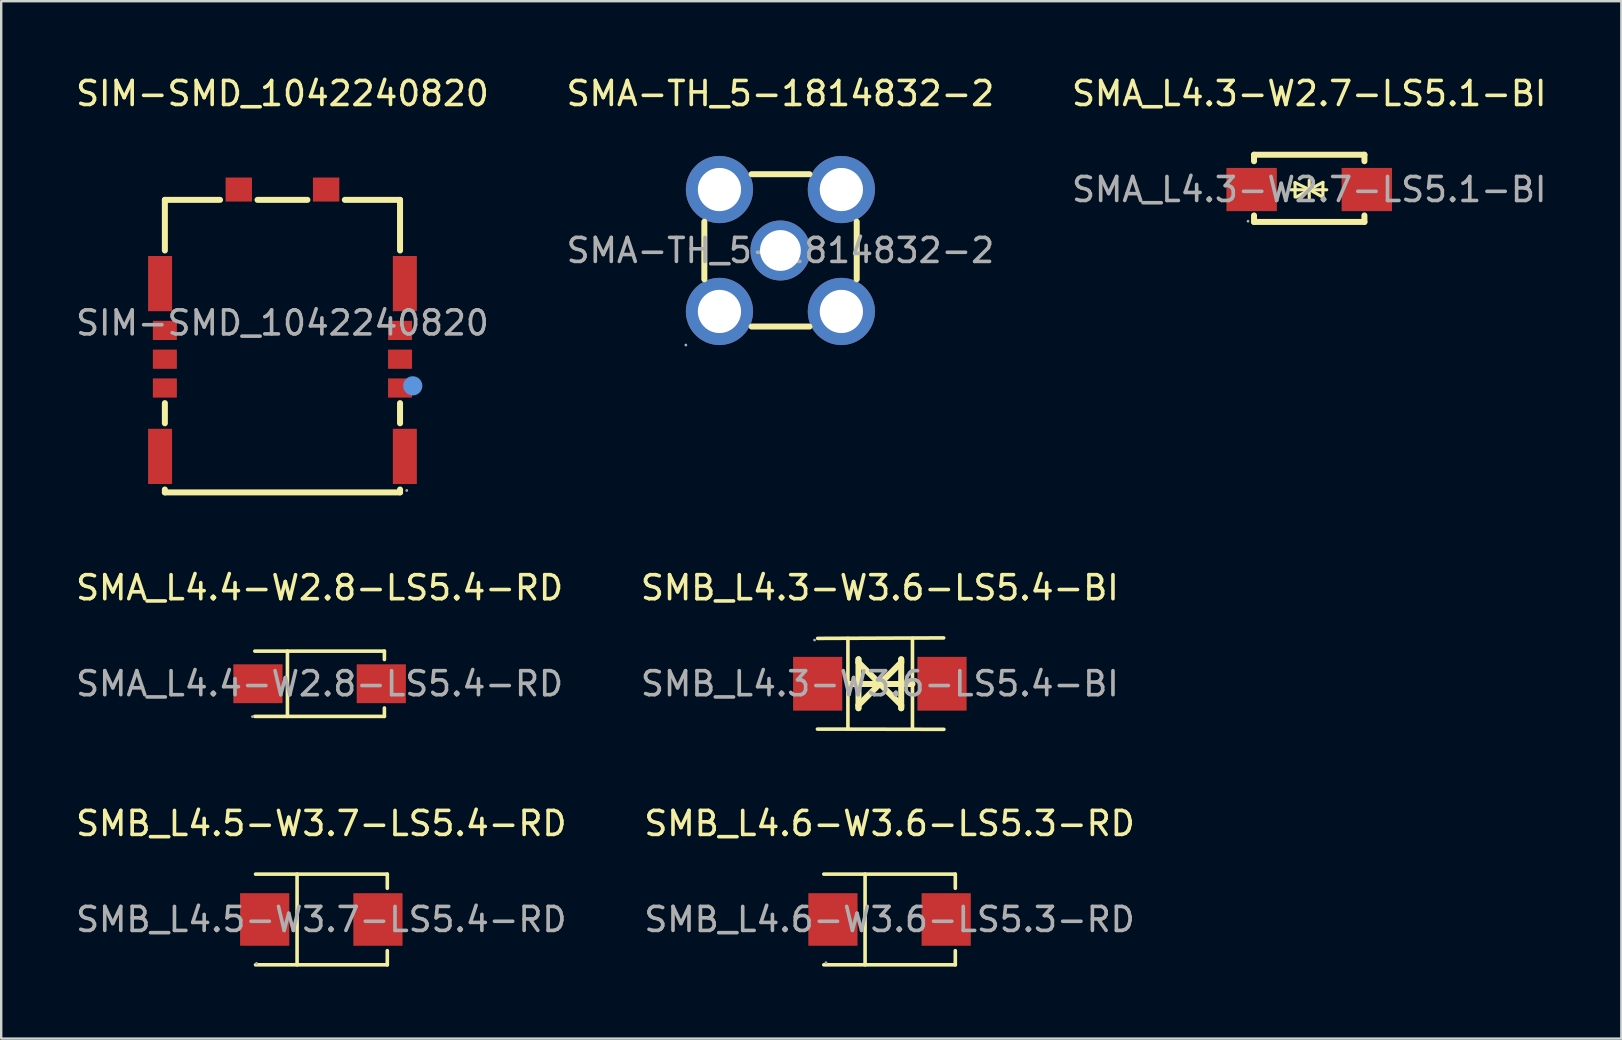
<source format=kicad_pcb>
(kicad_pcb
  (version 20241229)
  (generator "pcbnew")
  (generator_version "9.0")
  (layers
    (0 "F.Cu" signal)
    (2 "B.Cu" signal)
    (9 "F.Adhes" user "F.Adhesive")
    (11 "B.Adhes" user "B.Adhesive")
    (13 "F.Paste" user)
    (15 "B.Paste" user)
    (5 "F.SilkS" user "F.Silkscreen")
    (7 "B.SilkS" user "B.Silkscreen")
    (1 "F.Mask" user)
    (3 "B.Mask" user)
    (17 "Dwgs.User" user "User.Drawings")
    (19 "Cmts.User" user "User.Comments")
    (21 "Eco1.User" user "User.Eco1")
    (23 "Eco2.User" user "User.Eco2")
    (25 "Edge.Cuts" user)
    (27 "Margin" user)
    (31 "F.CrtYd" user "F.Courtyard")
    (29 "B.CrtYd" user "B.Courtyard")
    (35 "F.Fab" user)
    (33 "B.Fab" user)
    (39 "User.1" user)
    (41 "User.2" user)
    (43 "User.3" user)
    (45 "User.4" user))
  (footprint "SMA_L4.4-W2.8-LS5.4-RD"
    (layer "F.Cu")
    (at 10.268 25.442)
    (property "Reference" "SMA_L4.4-W2.8-LS5.4-RD" (at 0 -4 0) (layer "F.SilkS") (effects (font (size 1 1) (thickness 0.15))))
    (attr smd)
    (fp_line (start -2.7 -1.36) (end 2.7 -1.36) (stroke (width 0.15) (type solid)) (layer "F.SilkS"))
    (fp_line (start -2.7 1.36) (end 2.7 1.36) (stroke (width 0.15) (type solid)) (layer "F.SilkS"))
    (fp_line (start -1.34 -1.36) (end -1.34 1.36) (stroke (width 0.15) (type solid)) (layer "F.SilkS"))
    (fp_line (start 2.7 -1.36) (end 2.7 -1.01) (stroke (width 0.15) (type solid)) (layer "F.SilkS"))
    (fp_line (start 2.7 1.36) (end 2.7 1.01) (stroke (width 0.15) (type solid)) (layer "F.SilkS"))
    (fp_circle (center -2.8 1.37) (end -2.77 1.37) (stroke (width 0.06) (type solid)) (fill no) (layer "F.Fab"))
    (fp_text user "${REFERENCE}" (at 0 0 0) (layer "F.Fab") (effects (font (size 1 1) (thickness 0.15))))
    (pad "1" smd rect (at -2.57 0) (size 2.05 1.62) (layers "F.Cu" "F.Mask" "F.Paste"))
    (pad "2" smd rect (at 2.57 0) (size 2.05 1.62) (layers "F.Cu" "F.Mask" "F.Paste")))
  (footprint "SMA-TH_5-1814832-2"
    (layer "F.Cu")
    (at 29.47 7.388)
    (property "Reference" "SMA-TH_5-1814832-2" (at 0 -6.54 0) (layer "F.SilkS") (effects (font (size 1 1) (thickness 0.15))))
    (attr smd)
    (fp_line (start -3.17 -1.2) (end -3.17 1.2) (stroke (width 0.25) (type solid)) (layer "F.SilkS"))
    (fp_line (start -1.2 3.17) (end 1.21 3.17) (stroke (width 0.25) (type solid)) (layer "F.SilkS"))
    (fp_line (start 1.21 -3.18) (end -1.2 -3.18) (stroke (width 0.25) (type solid)) (layer "F.SilkS"))
    (fp_line (start 3.18 1.2) (end 3.18 -1.2) (stroke (width 0.25) (type solid)) (layer "F.SilkS"))
    (fp_circle (center -3.94 3.94) (end -3.91 3.94) (stroke (width 0.06) (type solid)) (fill no) (layer "F.Fab"))
    (fp_circle (center -2.54 -2.54) (end -2.14 -2.54) (stroke (width 0.8) (type solid)) (fill no) (layer "F.Fab"))
    (fp_circle (center -2.54 2.54) (end -2.14 2.54) (stroke (width 0.8) (type solid)) (fill no) (layer "F.Fab"))
    (fp_circle (center 0 0) (end 0.38 0) (stroke (width 0.75) (type solid)) (fill no) (layer "F.Fab"))
    (fp_circle (center 2.54 -2.54) (end 2.94 -2.54) (stroke (width 0.8) (type solid)) (fill no) (layer "F.Fab"))
    (fp_circle (center 2.54 2.54) (end 2.94 2.54) (stroke (width 0.8) (type solid)) (fill no) (layer "F.Fab"))
    (fp_text user "${REFERENCE}" (at 0 0 0) (layer "F.Fab") (effects (font (size 1 1) (thickness 0.15))))
    (pad "1" thru_hole circle (at -2.54 2.54) (size 2.8 2.8) (drill 1.8) (layers "*.Cu" "*.Paste" "*.Mask"))
    (pad "2" thru_hole circle (at -2.54 -2.54) (size 2.8 2.8) (drill 1.8) (layers "*.Cu" "*.Paste" "*.Mask"))
    (pad "3" thru_hole circle (at 2.54 -2.54) (size 2.8 2.8) (drill 1.8) (layers "*.Cu" "*.Paste" "*.Mask"))
    (pad "4" thru_hole circle (at 2.54 2.54) (size 2.8 2.8) (drill 1.8) (layers "*.Cu" "*.Paste" "*.Mask"))
    (pad "5" thru_hole circle (at 0 0) (size 2.5 2.5) (drill 1.7) (layers "*.Cu" "*.Paste" "*.Mask")))
  (footprint "SMB_L4.5-W3.7-LS5.4-RD"
    (layer "F.Cu")
    (at 10.339 35.265)
    (property "Reference" "SMB_L4.5-W3.7-LS5.4-RD" (at 0 -4 0) (layer "F.SilkS") (effects (font (size 1 1) (thickness 0.15))))
    (attr smd)
    (fp_line (start -2.74 -1.89) (end 2.75 -1.89) (stroke (width 0.15) (type solid)) (layer "F.SilkS"))
    (fp_line (start -2.74 1.89) (end 2.75 1.89) (stroke (width 0.15) (type solid)) (layer "F.SilkS"))
    (fp_line (start -1.01 -1.89) (end -1.01 1.89) (stroke (width 0.15) (type solid)) (layer "F.SilkS"))
    (fp_line (start 2.75 -1.89) (end 2.75 -1.3) (stroke (width 0.15) (type solid)) (layer "F.SilkS"))
    (fp_line (start 2.75 1.89) (end 2.75 1.3) (stroke (width 0.15) (type solid)) (layer "F.SilkS"))
    (fp_circle (center -2.7 1.83) (end -2.67 1.83) (stroke (width 0.06) (type solid)) (fill no) (layer "F.Fab"))
    (fp_text user "${REFERENCE}" (at 0 0 0) (layer "F.Fab") (effects (font (size 1 1) (thickness 0.15))))
    (pad "1" smd rect (at -2.36 0) (size 2.05 2.19) (layers "F.Cu" "F.Mask" "F.Paste"))
    (pad "2" smd rect (at 2.36 0) (size 2.05 2.19) (layers "F.Cu" "F.Mask" "F.Paste")))
  (footprint "SMB_L4.6-W3.6-LS5.3-RD"
    (layer "F.Cu")
    (at 34.018 35.265)
    (property "Reference" "SMB_L4.6-W3.6-LS5.3-RD" (at 0 -4 0) (layer "F.SilkS") (effects (font (size 1 1) (thickness 0.15))))
    (attr smd)
    (fp_line (start -2.74 -1.89) (end 2.74 -1.89) (stroke (width 0.15) (type solid)) (layer "F.SilkS"))
    (fp_line (start -2.74 1.89) (end 2.74 1.89) (stroke (width 0.15) (type solid)) (layer "F.SilkS"))
    (fp_line (start -1.02 -1.89) (end -1.02 1.89) (stroke (width 0.15) (type solid)) (layer "F.SilkS"))
    (fp_line (start 2.74 -1.89) (end 2.74 -1.3) (stroke (width 0.15) (type solid)) (layer "F.SilkS"))
    (fp_line (start 2.74 1.89) (end 2.74 1.3) (stroke (width 0.15) (type solid)) (layer "F.SilkS"))
    (fp_circle (center -2.65 1.8) (end -2.62 1.8) (stroke (width 0.06) (type solid)) (fill no) (layer "F.Fab"))
    (fp_text user "${REFERENCE}" (at 0 0 0) (layer "F.Fab") (effects (font (size 1 1) (thickness 0.15))))
    (pad "1" smd rect (at -2.36 0) (size 2.05 2.19) (layers "F.Cu" "F.Mask" "F.Paste"))
    (pad "2" smd rect (at 2.36 0) (size 2.05 2.19) (layers "F.Cu" "F.Mask" "F.Paste")))
  (footprint "SMB_L4.3-W3.6-LS5.4-BI"
    (layer "F.Cu")
    (at 33.613 25.442)
    (property "Reference" "SMB_L4.3-W3.6-LS5.4-BI" (at 0 -4 0) (layer "F.SilkS") (effects (font (size 1 1) (thickness 0.15))))
    (attr smd)
    (fp_line (start -1.33 0.01) (end 1.36 0.01) (stroke (width 0.25) (type solid)) (layer "F.SilkS"))
    (fp_line (start -1.33 1.89) (end -1.33 -1.89) (stroke (width 0.15) (type solid)) (layer "F.SilkS"))
    (fp_line (start -0.89 -1.02) (end -0.89 1.02) (stroke (width 0.25) (type solid)) (layer "F.SilkS"))
    (fp_line (start -0.89 -0.89) (end -0.89 -1.02) (stroke (width 0.25) (type solid)) (layer "F.SilkS"))
    (fp_line (start -0.89 0.89) (end 0 0) (stroke (width 0.25) (type solid)) (layer "F.SilkS"))
    (fp_line (start -0.89 1.02) (end -0.89 0.89) (stroke (width 0.25) (type solid)) (layer "F.SilkS"))
    (fp_line (start 0 0) (end -0.89 -0.89) (stroke (width 0.25) (type solid)) (layer "F.SilkS"))
    (fp_line (start 0 0) (end 0.89 0.89) (stroke (width 0.25) (type solid)) (layer "F.SilkS"))
    (fp_line (start 0.89 -1.02) (end 0.89 -0.89) (stroke (width 0.25) (type solid)) (layer "F.SilkS"))
    (fp_line (start 0.89 -0.89) (end 0 0) (stroke (width 0.25) (type solid)) (layer "F.SilkS"))
    (fp_line (start 0.89 0.89) (end 0.89 1.02) (stroke (width 0.25) (type solid)) (layer "F.SilkS"))
    (fp_line (start 0.89 1.02) (end 0.89 -1.02) (stroke (width 0.25) (type solid)) (layer "F.SilkS"))
    (fp_line (start 1.36 1.89) (end 1.36 -1.89) (stroke (width 0.15) (type solid)) (layer "F.SilkS"))
    (fp_line (start 2.66 -1.91) (end -2.59 -1.89) (stroke (width 0.15) (type solid)) (layer "F.SilkS"))
    (fp_line (start 2.67 1.9) (end -2.6 1.89) (stroke (width 0.15) (type solid)) (layer "F.SilkS"))
    (fp_circle (center -2.72 -1.82) (end -2.69 -1.82) (stroke (width 0.06) (type solid)) (fill no) (layer "F.Fab"))
    (fp_text user "${REFERENCE}" (at 0 0 0) (layer "F.Fab") (effects (font (size 1 1) (thickness 0.15))))
    (pad "1" smd rect (at -2.59 0) (size 2.05 2.24) (layers "F.Cu" "F.Mask" "F.Paste"))
    (pad "2" smd rect (at 2.59 0) (size 2.05 2.24) (layers "F.Cu" "F.Mask" "F.Paste")))
  (footprint "SIM-SMD_1042240820"
    (layer "F.Cu")
    (at 8.72 10.408)
    (property "Reference" "SIM-SMD_1042240820" (at 0 -9.56 0) (layer "F.SilkS") (effects (font (size 1 1) (thickness 0.15))))
    (attr smd)
    (fp_line (start -4.9 -5.13) (end -2.6 -5.13) (stroke (width 0.25) (type solid)) (layer "F.SilkS"))
    (fp_line (start -4.9 -3.02) (end -4.9 -5.13) (stroke (width 0.25) (type solid)) (layer "F.SilkS"))
    (fp_line (start -4.9 4.18) (end -4.9 3.34) (stroke (width 0.25) (type solid)) (layer "F.SilkS"))
    (fp_line (start -4.9 7.06) (end -4.9 6.94) (stroke (width 0.25) (type solid)) (layer "F.SilkS"))
    (fp_line (start -4.9 7.06) (end 4.9 7.06) (stroke (width 0.25) (type solid)) (layer "F.SilkS"))
    (fp_line (start -1.04 -5.13) (end 1.04 -5.13) (stroke (width 0.25) (type solid)) (layer "F.SilkS"))
    (fp_line (start 2.6 -5.13) (end 4.9 -5.13) (stroke (width 0.25) (type solid)) (layer "F.SilkS"))
    (fp_line (start 4.9 -3.02) (end 4.9 -5.13) (stroke (width 0.25) (type solid)) (layer "F.SilkS"))
    (fp_line (start 4.9 4.18) (end 4.9 3.34) (stroke (width 0.25) (type solid)) (layer "F.SilkS"))
    (fp_line (start 4.9 7.06) (end 4.9 6.94) (stroke (width 0.25) (type solid)) (layer "F.SilkS"))
    (fp_circle (center 5.43 2.62) (end 5.63 2.62) (stroke (width 0.4) (type solid)) (fill no) (layer "Cmts.User"))
    (fp_circle (center 5.18 6.98) (end 5.21 6.98) (stroke (width 0.06) (type solid)) (fill no) (layer "F.Fab"))
    (fp_text user "${REFERENCE}" (at 0 0 0) (layer "F.Fab") (effects (font (size 1 1) (thickness 0.15))))
    (pad "1" smd rect (at 4.9 2.71) (size 1 0.8) (layers "F.Cu" "F.Mask" "F.Paste"))
    (pad "2" smd rect (at 4.9 1.51) (size 1 0.8) (layers "F.Cu" "F.Mask" "F.Paste"))
    (pad "3" smd rect (at -4.9 2.71) (size 1 0.8) (layers "F.Cu" "F.Mask" "F.Paste"))
    (pad "4" smd rect (at 4.9 0.31) (size 1 0.8) (layers "F.Cu" "F.Mask" "F.Paste"))
    (pad "5" smd rect (at -4.9 1.51) (size 1 0.8) (layers "F.Cu" "F.Mask" "F.Paste"))
    (pad "6" smd rect (at -4.9 0.31) (size 1 0.8) (layers "F.Cu" "F.Mask" "F.Paste"))
    (pad "7" smd rect (at -1.82 -5.56) (size 1.1 1) (layers "F.Cu" "F.Mask" "F.Paste"))
    (pad "8" smd rect (at 1.82 -5.56) (size 1.1 1) (layers "F.Cu" "F.Mask" "F.Paste"))
    (pad "9" smd rect (at -5.1 -1.64) (size 1 2.3) (layers "F.Cu" "F.Mask" "F.Paste"))
    (pad "10" smd rect (at -5.1 5.56) (size 1 2.3) (layers "F.Cu" "F.Mask" "F.Paste"))
    (pad "11" smd rect (at 5.1 5.56) (size 1 2.3) (layers "F.Cu" "F.Mask" "F.Paste"))
    (pad "12" smd rect (at 5.1 -1.64) (size 1 2.3) (layers "F.Cu" "F.Mask" "F.Paste")))
  (footprint "SMA_L4.3-W2.7-LS5.1-BI"
    (layer "F.Cu")
    (at 51.506 4.848)
    (property "Reference" "SMA_L4.3-W2.7-LS5.1-BI" (at 0 -4 0) (layer "F.SilkS") (effects (font (size 1 1) (thickness 0.15))))
    (attr smd)
    (fp_line (start -2.3 -1.45) (end -2.3 -1.18) (stroke (width 0.25) (type solid)) (layer "F.SilkS"))
    (fp_line (start -2.3 -1.45) (end 2.3 -1.45) (stroke (width 0.25) (type solid)) (layer "F.SilkS"))
    (fp_line (start -2.3 1.08) (end -2.3 1.35) (stroke (width 0.25) (type solid)) (layer "F.SilkS"))
    (fp_line (start -2.3 1.35) (end 2.3 1.35) (stroke (width 0.25) (type solid)) (layer "F.SilkS"))
    (fp_line (start -0.76 0.01) (end 0.73 0.01) (stroke (width 0.13) (type solid)) (layer "F.SilkS"))
    (fp_line (start -0.59 -0.29) (end -0.59 0.31) (stroke (width 0.13) (type solid)) (layer "F.SilkS"))
    (fp_line (start -0.59 -0.29) (end 0 0) (stroke (width 0.13) (type solid)) (layer "F.SilkS"))
    (fp_line (start -0.53 0.31) (end 0 0) (stroke (width 0.13) (type solid)) (layer "F.SilkS"))
    (fp_line (start 0 0) (end 0 -0.38) (stroke (width 0.13) (type solid)) (layer "F.SilkS"))
    (fp_line (start 0 0) (end 0 0.38) (stroke (width 0.13) (type solid)) (layer "F.SilkS"))
    (fp_line (start 0.54 0.3) (end 0 0) (stroke (width 0.13) (type solid)) (layer "F.SilkS"))
    (fp_line (start 0.57 -0.3) (end 0 0) (stroke (width 0.13) (type solid)) (layer "F.SilkS"))
    (fp_line (start 0.57 -0.3) (end 0.57 0.3) (stroke (width 0.13) (type solid)) (layer "F.SilkS"))
    (fp_line (start 2.3 -1.45) (end 2.3 -1.18) (stroke (width 0.25) (type solid)) (layer "F.SilkS"))
    (fp_line (start 2.3 1.08) (end 2.3 1.35) (stroke (width 0.25) (type solid)) (layer "F.SilkS"))
    (fp_circle (center -2.55 1.32) (end -2.52 1.32) (stroke (width 0.06) (type solid)) (fill no) (layer "F.Fab"))
    (fp_text user "${REFERENCE}" (at 0 0 0) (layer "F.Fab") (effects (font (size 1 1) (thickness 0.15))))
    (pad "1" smd rect (at -2.4 0) (size 2.1 1.8) (layers "F.Cu" "F.Mask" "F.Paste"))
    (pad "2" smd rect (at 2.4 0) (size 2.1 1.8) (layers "F.Cu" "F.Mask" "F.Paste")))
  (gr_rect
    (start -3 -3)
    (end 64.512 40.23)
    (stroke (width 0.1) (type default))
    (fill no)
    (layer "Edge.Cuts")))
</source>
